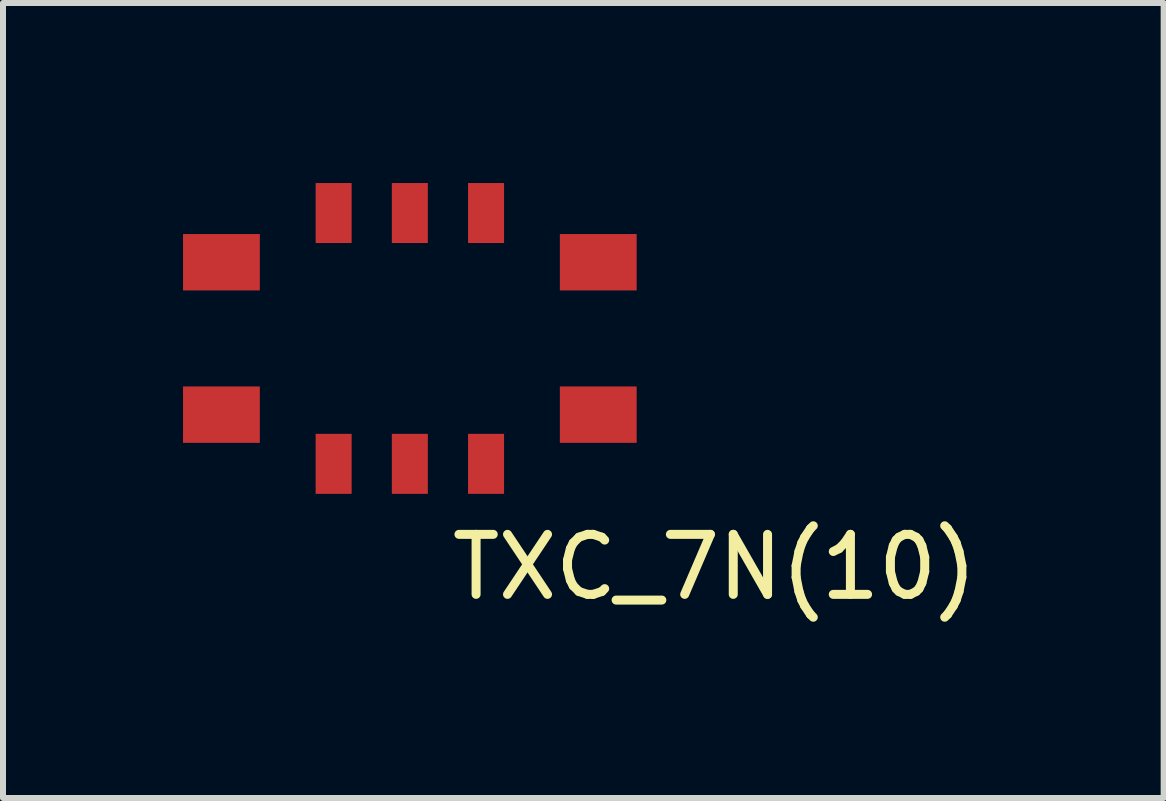
<source format=kicad_pcb>
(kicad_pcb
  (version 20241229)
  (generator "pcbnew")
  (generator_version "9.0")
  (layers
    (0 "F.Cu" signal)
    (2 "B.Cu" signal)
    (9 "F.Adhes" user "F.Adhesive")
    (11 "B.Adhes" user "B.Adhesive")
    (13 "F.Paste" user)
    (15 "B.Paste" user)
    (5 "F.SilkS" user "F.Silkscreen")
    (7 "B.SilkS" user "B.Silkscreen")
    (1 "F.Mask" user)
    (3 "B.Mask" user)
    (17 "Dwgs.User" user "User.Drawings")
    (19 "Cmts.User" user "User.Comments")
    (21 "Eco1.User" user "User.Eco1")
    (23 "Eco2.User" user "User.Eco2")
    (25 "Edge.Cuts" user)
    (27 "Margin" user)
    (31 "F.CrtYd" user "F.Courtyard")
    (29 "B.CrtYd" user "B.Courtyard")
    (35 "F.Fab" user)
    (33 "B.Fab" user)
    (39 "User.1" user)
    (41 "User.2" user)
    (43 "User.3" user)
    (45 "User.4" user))
  (footprint "TXC_7N(10)"
    (layer "F.Cu")
    (at 3.78 2.59)
    (property "Reference" "TXC_7N(10)" (at 5.08 3.81 0) (layer "F.SilkS") (effects (font (size 1 1) (thickness 0.15))))
    (attr through_hole)
    (pad "1" smd rect (at -1.27 2.09) (size 0.6 1) (layers "F.Cu" "F.Mask" "F.Paste"))
    (pad "2" smd rect (at 0 2.09) (size 0.6 1) (layers "F.Cu" "F.Mask" "F.Paste"))
    (pad "3" smd rect (at 1.27 2.09) (size 0.6 1) (layers "F.Cu" "F.Mask" "F.Paste"))
    (pad "4" smd rect (at 3.14 1.27) (size 1.28 0.94) (layers "F.Cu" "F.Mask" "F.Paste"))
    (pad "5" smd rect (at 3.14 -1.27) (size 1.28 0.94) (layers "F.Cu" "F.Mask" "F.Paste"))
    (pad "6" smd rect (at 1.27 -2.09) (size 0.6 1) (layers "F.Cu" "F.Mask" "F.Paste"))
    (pad "7" smd rect (at 0 -2.09) (size 0.6 1) (layers "F.Cu" "F.Mask" "F.Paste"))
    (pad "8" smd rect (at -1.27 -2.09) (size 0.6 1) (layers "F.Cu" "F.Mask" "F.Paste"))
    (pad "9" smd rect (at -3.14 -1.27) (size 1.28 0.94) (layers "F.Cu" "F.Mask" "F.Paste"))
    (pad "10" smd rect (at -3.14 1.27) (size 1.28 0.94) (layers "F.Cu" "F.Mask" "F.Paste")))
  (gr_rect
    (start -3 -3)
    (end 16.342 10.248)
    (stroke (width 0.1) (type default))
    (fill no)
    (layer "Edge.Cuts")))
</source>
